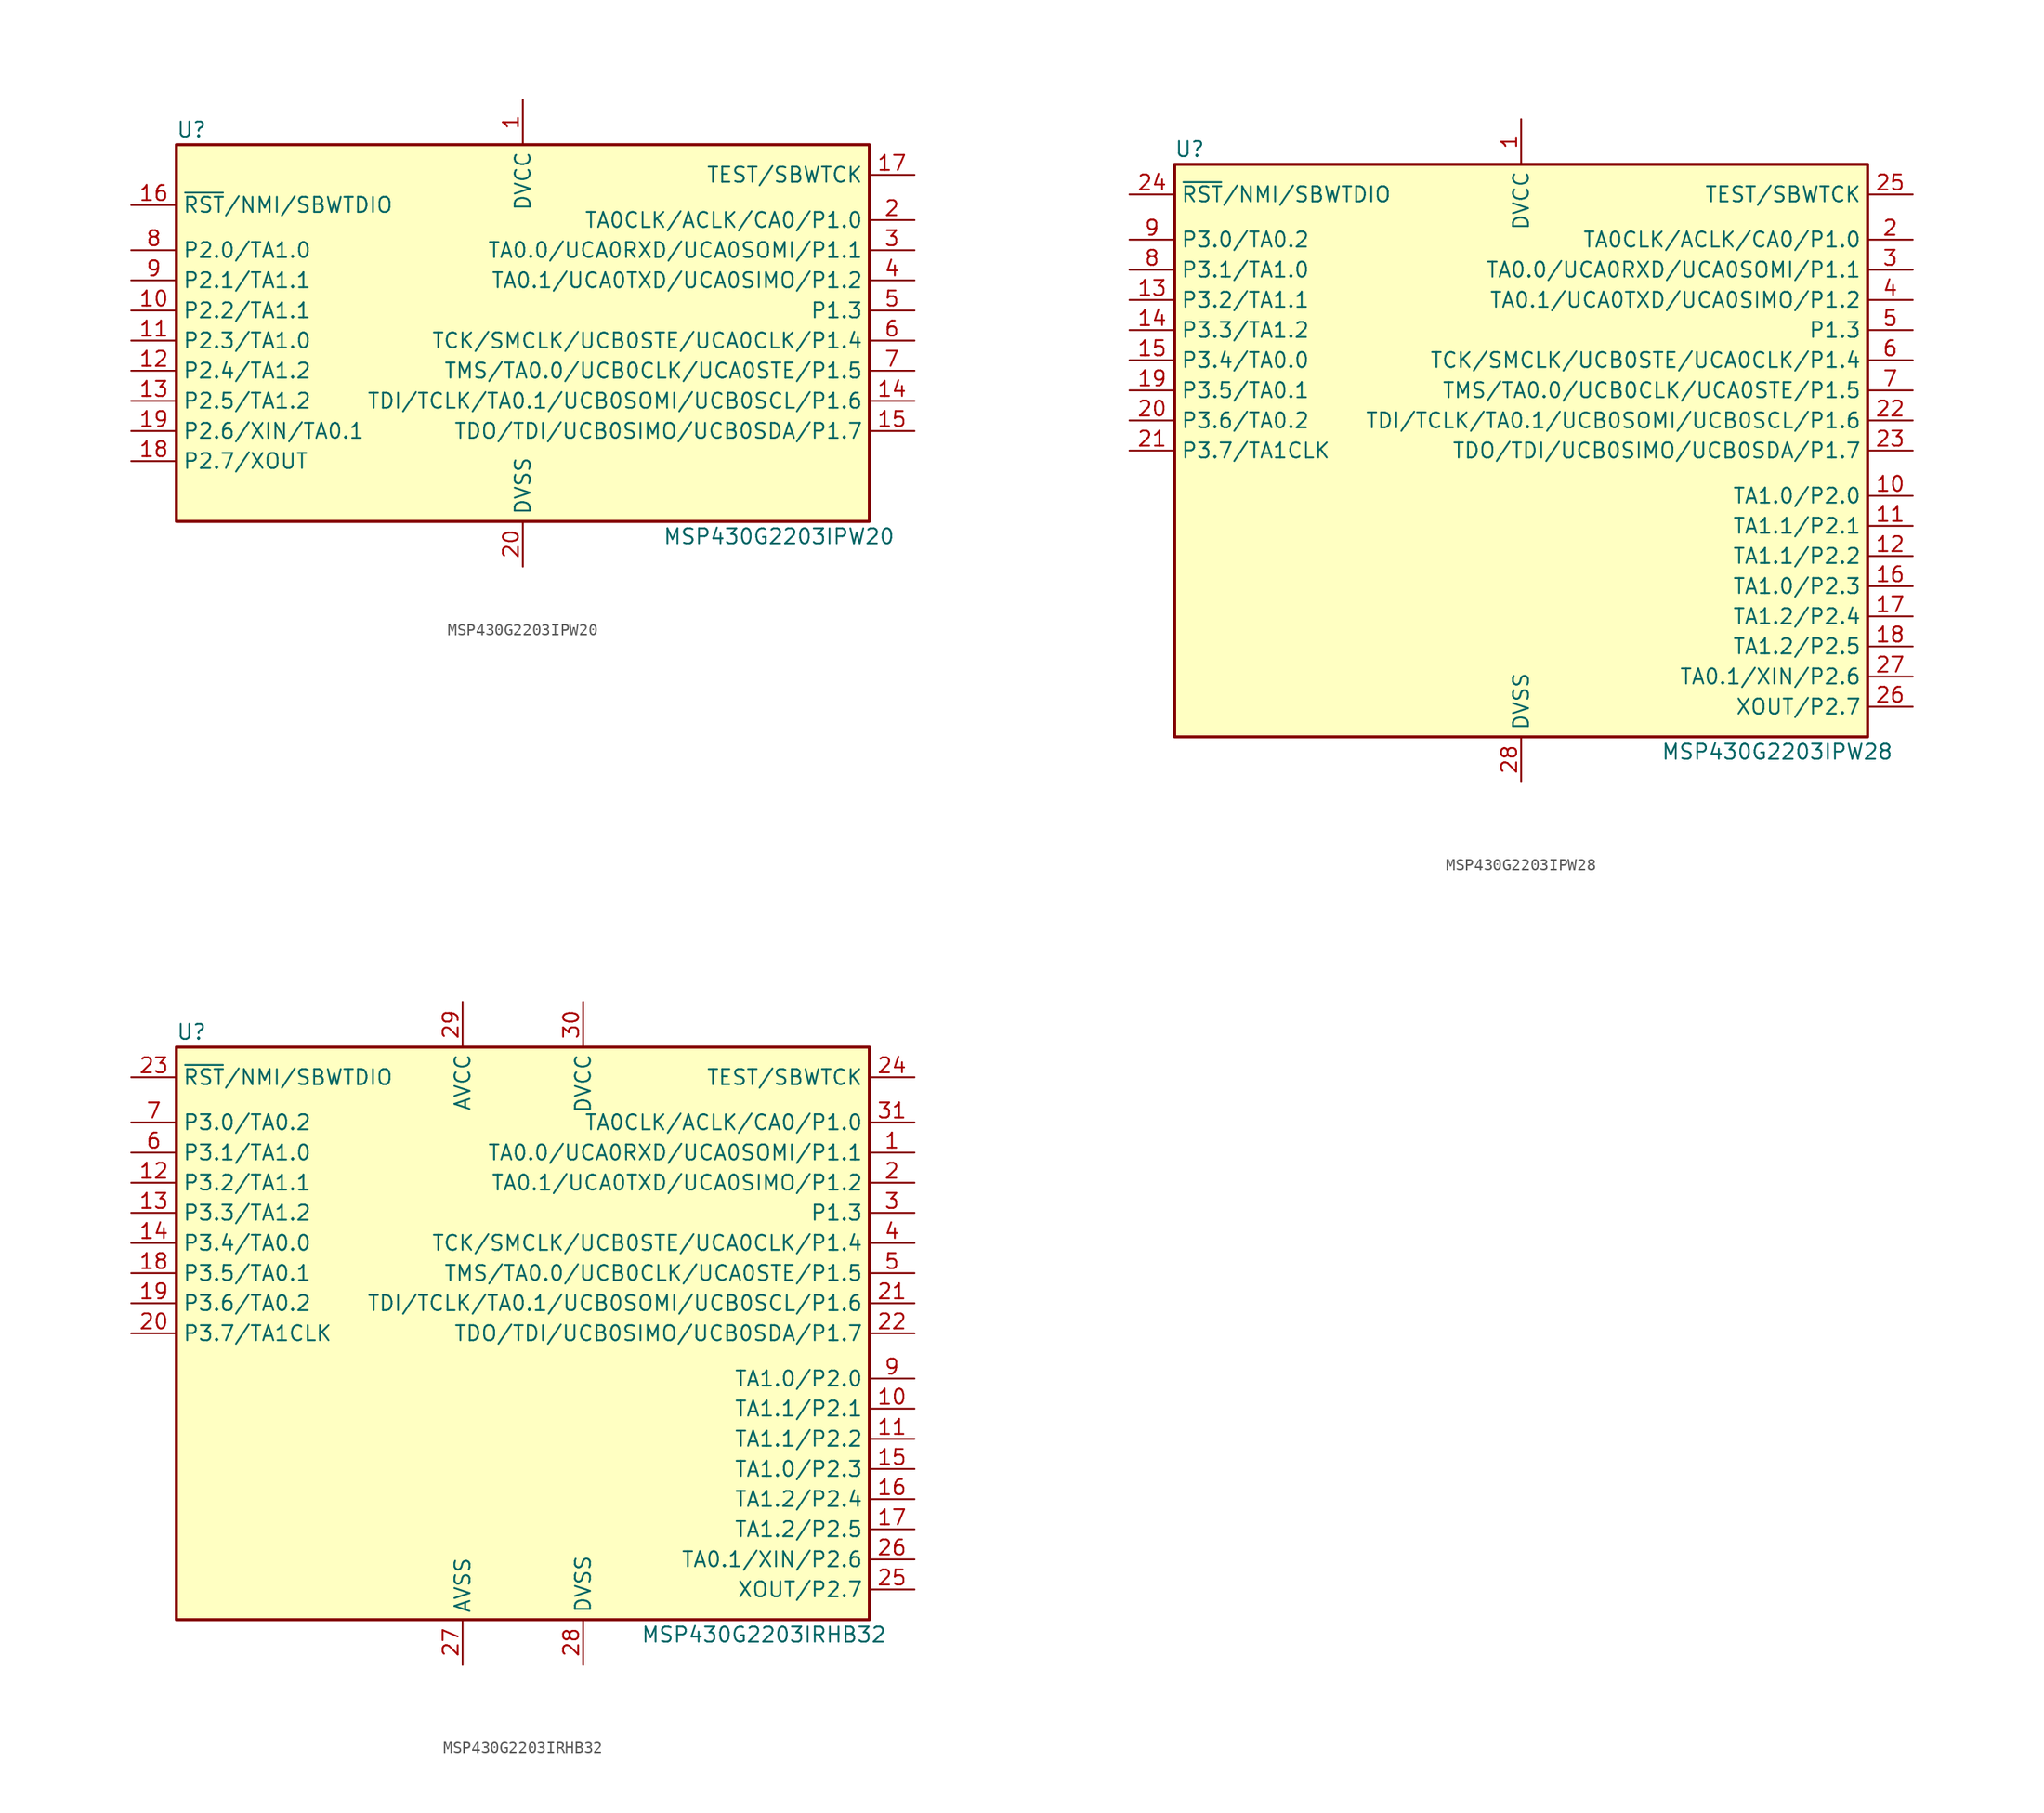
<source format=kicad_sym>
(kicad_symbol_lib
  (version 20201005)
  (generator kicad_symbol_editor)
  (symbol "MCU_Texas_MSP430:MSP430G2203IPW20"
    (property "Reference" "U"
      (at -27.94 17.78 0)
      (effects (font (size 1.27 1.27))))
    (property "Value" "MSP430G2203IPW20"
      (at 21.59 -16.51 0)
      (effects (font (size 1.27 1.27))))
    (symbol "MSP430G2203IPW20_0_1"
      (rectangle (start -29.21 16.51) (end 29.21 -15.24) (stroke (width 0.254)) (fill (type background))))
    (symbol "MSP430G2203IPW20_1_1"
      (pin power_in line (at 0 20.32 270) (length 3.81) (name "DVCC" (effects (font (size 1.27 1.27)))) (number "1" (effects (font (size 1.27 1.27)))))
      (pin bidirectional line (at -33.02 2.54 0) (length 3.81) (name "P2.2/TA1.1" (effects (font (size 1.27 1.27)))) (number "10" (effects (font (size 1.27 1.27)))))
      (pin bidirectional line (at -33.02 0 0) (length 3.81) (name "P2.3/TA1.0" (effects (font (size 1.27 1.27)))) (number "11" (effects (font (size 1.27 1.27)))))
      (pin bidirectional line (at -33.02 -2.54 0) (length 3.81) (name "P2.4/TA1.2" (effects (font (size 1.27 1.27)))) (number "12" (effects (font (size 1.27 1.27)))))
      (pin bidirectional line (at -33.02 -5.08 0) (length 3.81) (name "P2.5/TA1.2" (effects (font (size 1.27 1.27)))) (number "13" (effects (font (size 1.27 1.27)))))
      (pin bidirectional line (at 33.02 -5.08 180) (length 3.81) (name "TDI/TCLK/TA0.1/UCB0SOMI/UCB0SCL/P1.6" (effects (font (size 1.27 1.27)))) (number "14" (effects (font (size 1.27 1.27)))))
      (pin bidirectional line (at 33.02 -7.62 180) (length 3.81) (name "TDO/TDI/UCB0SIMO/UCB0SDA/P1.7" (effects (font (size 1.27 1.27)))) (number "15" (effects (font (size 1.27 1.27)))))
      (pin input line (at -33.02 11.43 0) (length 3.81) (name "~RST~/NMI/SBWTDIO" (effects (font (size 1.27 1.27)))) (number "16" (effects (font (size 1.27 1.27)))))
      (pin input line (at 33.02 13.97 180) (length 3.81) (name "TEST/SBWTCK" (effects (font (size 1.27 1.27)))) (number "17" (effects (font (size 1.27 1.27)))))
      (pin bidirectional line (at -33.02 -10.16 0) (length 3.81) (name "P2.7/XOUT" (effects (font (size 1.27 1.27)))) (number "18" (effects (font (size 1.27 1.27)))))
      (pin bidirectional line (at -33.02 -7.62 0) (length 3.81) (name "P2.6/XIN/TA0.1" (effects (font (size 1.27 1.27)))) (number "19" (effects (font (size 1.27 1.27)))))
      (pin bidirectional line (at 33.02 10.16 180) (length 3.81) (name "TA0CLK/ACLK/CA0/P1.0" (effects (font (size 1.27 1.27)))) (number "2" (effects (font (size 1.27 1.27)))))
      (pin power_in line (at 0 -19.05 90) (length 3.81) (name "DVSS" (effects (font (size 1.27 1.27)))) (number "20" (effects (font (size 1.27 1.27)))))
      (pin bidirectional line (at 33.02 7.62 180) (length 3.81) (name "TA0.0/UCA0RXD/UCA0SOMI/P1.1" (effects (font (size 1.27 1.27)))) (number "3" (effects (font (size 1.27 1.27)))))
      (pin bidirectional line (at 33.02 5.08 180) (length 3.81) (name "TA0.1/UCA0TXD/UCA0SIMO/P1.2" (effects (font (size 1.27 1.27)))) (number "4" (effects (font (size 1.27 1.27)))))
      (pin bidirectional line (at 33.02 2.54 180) (length 3.81) (name "P1.3" (effects (font (size 1.27 1.27)))) (number "5" (effects (font (size 1.27 1.27)))))
      (pin bidirectional line (at 33.02 0 180) (length 3.81) (name "TCK/SMCLK/UCB0STE/UCA0CLK/P1.4" (effects (font (size 1.27 1.27)))) (number "6" (effects (font (size 1.27 1.27)))))
      (pin bidirectional line (at 33.02 -2.54 180) (length 3.81) (name "TMS/TA0.0/UCB0CLK/UCA0STE/P1.5" (effects (font (size 1.27 1.27)))) (number "7" (effects (font (size 1.27 1.27)))))
      (pin bidirectional line (at -33.02 7.62 0) (length 3.81) (name "P2.0/TA1.0" (effects (font (size 1.27 1.27)))) (number "8" (effects (font (size 1.27 1.27)))))
      (pin bidirectional line (at -33.02 5.08 0) (length 3.81) (name "P2.1/TA1.1" (effects (font (size 1.27 1.27)))) (number "9" (effects (font (size 1.27 1.27)))))))
  (symbol "MCU_Texas_MSP430:MSP430G2203IPW28"
    (property "Reference" "U"
      (at -27.94 25.4 0)
      (effects (font (size 1.27 1.27))))
    (property "Value" "MSP430G2203IPW28"
      (at 21.59 -25.4 0)
      (effects (font (size 1.27 1.27))))
    (symbol "MSP430G2203IPW28_0_1"
      (rectangle (start -29.21 24.13) (end 29.21 -24.13) (stroke (width 0.254)) (fill (type background))))
    (symbol "MSP430G2203IPW28_1_1"
      (pin power_in line (at 0 27.94 270) (length 3.81) (name "DVCC" (effects (font (size 1.27 1.27)))) (number "1" (effects (font (size 1.27 1.27)))))
      (pin bidirectional line (at 33.02 -3.81 180) (length 3.81) (name "TA1.0/P2.0" (effects (font (size 1.27 1.27)))) (number "10" (effects (font (size 1.27 1.27)))))
      (pin bidirectional line (at 33.02 -6.35 180) (length 3.81) (name "TA1.1/P2.1" (effects (font (size 1.27 1.27)))) (number "11" (effects (font (size 1.27 1.27)))))
      (pin bidirectional line (at 33.02 -8.89 180) (length 3.81) (name "TA1.1/P2.2" (effects (font (size 1.27 1.27)))) (number "12" (effects (font (size 1.27 1.27)))))
      (pin bidirectional line (at -33.02 12.7 0) (length 3.81) (name "P3.2/TA1.1" (effects (font (size 1.27 1.27)))) (number "13" (effects (font (size 1.27 1.27)))))
      (pin bidirectional line (at -33.02 10.16 0) (length 3.81) (name "P3.3/TA1.2" (effects (font (size 1.27 1.27)))) (number "14" (effects (font (size 1.27 1.27)))))
      (pin bidirectional line (at -33.02 7.62 0) (length 3.81) (name "P3.4/TA0.0" (effects (font (size 1.27 1.27)))) (number "15" (effects (font (size 1.27 1.27)))))
      (pin bidirectional line (at 33.02 -11.43 180) (length 3.81) (name "TA1.0/P2.3" (effects (font (size 1.27 1.27)))) (number "16" (effects (font (size 1.27 1.27)))))
      (pin bidirectional line (at 33.02 -13.97 180) (length 3.81) (name "TA1.2/P2.4" (effects (font (size 1.27 1.27)))) (number "17" (effects (font (size 1.27 1.27)))))
      (pin bidirectional line (at 33.02 -16.51 180) (length 3.81) (name "TA1.2/P2.5" (effects (font (size 1.27 1.27)))) (number "18" (effects (font (size 1.27 1.27)))))
      (pin bidirectional line (at -33.02 5.08 0) (length 3.81) (name "P3.5/TA0.1" (effects (font (size 1.27 1.27)))) (number "19" (effects (font (size 1.27 1.27)))))
      (pin bidirectional line (at 33.02 17.78 180) (length 3.81) (name "TA0CLK/ACLK/CA0/P1.0" (effects (font (size 1.27 1.27)))) (number "2" (effects (font (size 1.27 1.27)))))
      (pin bidirectional line (at -33.02 2.54 0) (length 3.81) (name "P3.6/TA0.2" (effects (font (size 1.27 1.27)))) (number "20" (effects (font (size 1.27 1.27)))))
      (pin bidirectional line (at -33.02 0 0) (length 3.81) (name "P3.7/TA1CLK" (effects (font (size 1.27 1.27)))) (number "21" (effects (font (size 1.27 1.27)))))
      (pin bidirectional line (at 33.02 2.54 180) (length 3.81) (name "TDI/TCLK/TA0.1/UCB0SOMI/UCB0SCL/P1.6" (effects (font (size 1.27 1.27)))) (number "22" (effects (font (size 1.27 1.27)))))
      (pin bidirectional line (at 33.02 0 180) (length 3.81) (name "TDO/TDI/UCB0SIMO/UCB0SDA/P1.7" (effects (font (size 1.27 1.27)))) (number "23" (effects (font (size 1.27 1.27)))))
      (pin input line (at -33.02 21.59 0) (length 3.81) (name "~RST~/NMI/SBWTDIO" (effects (font (size 1.27 1.27)))) (number "24" (effects (font (size 1.27 1.27)))))
      (pin input line (at 33.02 21.59 180) (length 3.81) (name "TEST/SBWTCK" (effects (font (size 1.27 1.27)))) (number "25" (effects (font (size 1.27 1.27)))))
      (pin bidirectional line (at 33.02 -21.59 180) (length 3.81) (name "XOUT/P2.7" (effects (font (size 1.27 1.27)))) (number "26" (effects (font (size 1.27 1.27)))))
      (pin bidirectional line (at 33.02 -19.05 180) (length 3.81) (name "TA0.1/XIN/P2.6" (effects (font (size 1.27 1.27)))) (number "27" (effects (font (size 1.27 1.27)))))
      (pin power_in line (at 0 -27.94 90) (length 3.81) (name "DVSS" (effects (font (size 1.27 1.27)))) (number "28" (effects (font (size 1.27 1.27)))))
      (pin bidirectional line (at 33.02 15.24 180) (length 3.81) (name "TA0.0/UCA0RXD/UCA0SOMI/P1.1" (effects (font (size 1.27 1.27)))) (number "3" (effects (font (size 1.27 1.27)))))
      (pin bidirectional line (at 33.02 12.7 180) (length 3.81) (name "TA0.1/UCA0TXD/UCA0SIMO/P1.2" (effects (font (size 1.27 1.27)))) (number "4" (effects (font (size 1.27 1.27)))))
      (pin bidirectional line (at 33.02 10.16 180) (length 3.81) (name "P1.3" (effects (font (size 1.27 1.27)))) (number "5" (effects (font (size 1.27 1.27)))))
      (pin bidirectional line (at 33.02 7.62 180) (length 3.81) (name "TCK/SMCLK/UCB0STE/UCA0CLK/P1.4" (effects (font (size 1.27 1.27)))) (number "6" (effects (font (size 1.27 1.27)))))
      (pin bidirectional line (at 33.02 5.08 180) (length 3.81) (name "TMS/TA0.0/UCB0CLK/UCA0STE/P1.5" (effects (font (size 1.27 1.27)))) (number "7" (effects (font (size 1.27 1.27)))))
      (pin bidirectional line (at -33.02 15.24 0) (length 3.81) (name "P3.1/TA1.0" (effects (font (size 1.27 1.27)))) (number "8" (effects (font (size 1.27 1.27)))))
      (pin bidirectional line (at -33.02 17.78 0) (length 3.81) (name "P3.0/TA0.2" (effects (font (size 1.27 1.27)))) (number "9" (effects (font (size 1.27 1.27)))))))
  (symbol "MCU_Texas_MSP430:MSP430G2203IRHB32"
    (property "Reference" "U"
      (at -27.94 25.4 0)
      (effects (font (size 1.27 1.27))))
    (property "Value" "MSP430G2203IRHB32"
      (at 20.32 -25.4 0)
      (effects (font (size 1.27 1.27))))
    (symbol "MSP430G2203IRHB32_0_1"
      (rectangle (start -29.21 24.13) (end 29.21 -24.13) (stroke (width 0.254)) (fill (type background))))
    (symbol "MSP430G2203IRHB32_1_1"
      (pin bidirectional line (at 33.02 15.24 180) (length 3.81) (name "TA0.0/UCA0RXD/UCA0SOMI/P1.1" (effects (font (size 1.27 1.27)))) (number "1" (effects (font (size 1.27 1.27)))))
      (pin bidirectional line (at 33.02 -6.35 180) (length 3.81) (name "TA1.1/P2.1" (effects (font (size 1.27 1.27)))) (number "10" (effects (font (size 1.27 1.27)))))
      (pin bidirectional line (at 33.02 -8.89 180) (length 3.81) (name "TA1.1/P2.2" (effects (font (size 1.27 1.27)))) (number "11" (effects (font (size 1.27 1.27)))))
      (pin bidirectional line (at -33.02 12.7 0) (length 3.81) (name "P3.2/TA1.1" (effects (font (size 1.27 1.27)))) (number "12" (effects (font (size 1.27 1.27)))))
      (pin bidirectional line (at -33.02 10.16 0) (length 3.81) (name "P3.3/TA1.2" (effects (font (size 1.27 1.27)))) (number "13" (effects (font (size 1.27 1.27)))))
      (pin bidirectional line (at -33.02 7.62 0) (length 3.81) (name "P3.4/TA0.0" (effects (font (size 1.27 1.27)))) (number "14" (effects (font (size 1.27 1.27)))))
      (pin bidirectional line (at 33.02 -11.43 180) (length 3.81) (name "TA1.0/P2.3" (effects (font (size 1.27 1.27)))) (number "15" (effects (font (size 1.27 1.27)))))
      (pin bidirectional line (at 33.02 -13.97 180) (length 3.81) (name "TA1.2/P2.4" (effects (font (size 1.27 1.27)))) (number "16" (effects (font (size 1.27 1.27)))))
      (pin bidirectional line (at 33.02 -16.51 180) (length 3.81) (name "TA1.2/P2.5" (effects (font (size 1.27 1.27)))) (number "17" (effects (font (size 1.27 1.27)))))
      (pin bidirectional line (at -33.02 5.08 0) (length 3.81) (name "P3.5/TA0.1" (effects (font (size 1.27 1.27)))) (number "18" (effects (font (size 1.27 1.27)))))
      (pin bidirectional line (at -33.02 2.54 0) (length 3.81) (name "P3.6/TA0.2" (effects (font (size 1.27 1.27)))) (number "19" (effects (font (size 1.27 1.27)))))
      (pin bidirectional line (at 33.02 12.7 180) (length 3.81) (name "TA0.1/UCA0TXD/UCA0SIMO/P1.2" (effects (font (size 1.27 1.27)))) (number "2" (effects (font (size 1.27 1.27)))))
      (pin bidirectional line (at -33.02 0 0) (length 3.81) (name "P3.7/TA1CLK" (effects (font (size 1.27 1.27)))) (number "20" (effects (font (size 1.27 1.27)))))
      (pin bidirectional line (at 33.02 2.54 180) (length 3.81) (name "TDI/TCLK/TA0.1/UCB0SOMI/UCB0SCL/P1.6" (effects (font (size 1.27 1.27)))) (number "21" (effects (font (size 1.27 1.27)))))
      (pin bidirectional line (at 33.02 0 180) (length 3.81) (name "TDO/TDI/UCB0SIMO/UCB0SDA/P1.7" (effects (font (size 1.27 1.27)))) (number "22" (effects (font (size 1.27 1.27)))))
      (pin input line (at -33.02 21.59 0) (length 3.81) (name "~RST~/NMI/SBWTDIO" (effects (font (size 1.27 1.27)))) (number "23" (effects (font (size 1.27 1.27)))))
      (pin input line (at 33.02 21.59 180) (length 3.81) (name "TEST/SBWTCK" (effects (font (size 1.27 1.27)))) (number "24" (effects (font (size 1.27 1.27)))))
      (pin bidirectional line (at 33.02 -21.59 180) (length 3.81) (name "XOUT/P2.7" (effects (font (size 1.27 1.27)))) (number "25" (effects (font (size 1.27 1.27)))))
      (pin bidirectional line (at 33.02 -19.05 180) (length 3.81) (name "TA0.1/XIN/P2.6" (effects (font (size 1.27 1.27)))) (number "26" (effects (font (size 1.27 1.27)))))
      (pin power_in line (at -5.08 -27.94 90) (length 3.81) (name "AVSS" (effects (font (size 1.27 1.27)))) (number "27" (effects (font (size 1.27 1.27)))))
      (pin power_in line (at 5.08 -27.94 90) (length 3.81) (name "DVSS" (effects (font (size 1.27 1.27)))) (number "28" (effects (font (size 1.27 1.27)))))
      (pin power_in line (at -5.08 27.94 270) (length 3.81) (name "AVCC" (effects (font (size 1.27 1.27)))) (number "29" (effects (font (size 1.27 1.27)))))
      (pin bidirectional line (at 33.02 10.16 180) (length 3.81) (name "P1.3" (effects (font (size 1.27 1.27)))) (number "3" (effects (font (size 1.27 1.27)))))
      (pin power_in line (at 5.08 27.94 270) (length 3.81) (name "DVCC" (effects (font (size 1.27 1.27)))) (number "30" (effects (font (size 1.27 1.27)))))
      (pin bidirectional line (at 33.02 17.78 180) (length 3.81) (name "TA0CLK/ACLK/CA0/P1.0" (effects (font (size 1.27 1.27)))) (number "31" (effects (font (size 1.27 1.27)))))
      (pin bidirectional line (at 33.02 7.62 180) (length 3.81) (name "TCK/SMCLK/UCB0STE/UCA0CLK/P1.4" (effects (font (size 1.27 1.27)))) (number "4" (effects (font (size 1.27 1.27)))))
      (pin bidirectional line (at 33.02 5.08 180) (length 3.81) (name "TMS/TA0.0/UCB0CLK/UCA0STE/P1.5" (effects (font (size 1.27 1.27)))) (number "5" (effects (font (size 1.27 1.27)))))
      (pin bidirectional line (at -33.02 15.24 0) (length 3.81) (name "P3.1/TA1.0" (effects (font (size 1.27 1.27)))) (number "6" (effects (font (size 1.27 1.27)))))
      (pin bidirectional line (at -33.02 17.78 0) (length 3.81) (name "P3.0/TA0.2" (effects (font (size 1.27 1.27)))) (number "7" (effects (font (size 1.27 1.27)))))
      (pin bidirectional line (at 33.02 -3.81 180) (length 3.81) (name "TA1.0/P2.0" (effects (font (size 1.27 1.27)))) (number "9" (effects (font (size 1.27 1.27))))))))
</source>
